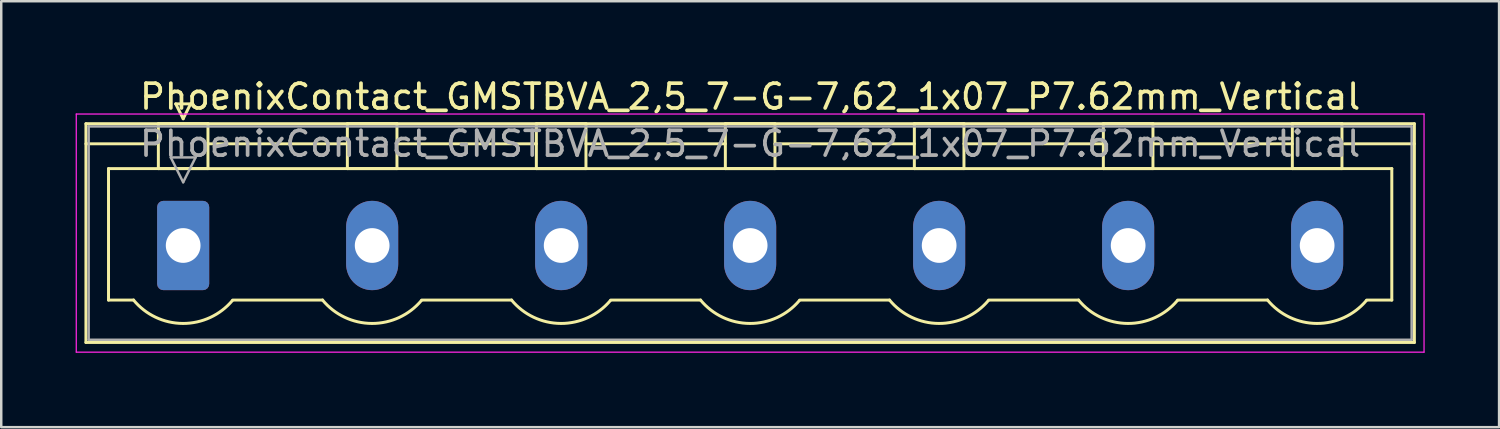
<source format=kicad_pcb>
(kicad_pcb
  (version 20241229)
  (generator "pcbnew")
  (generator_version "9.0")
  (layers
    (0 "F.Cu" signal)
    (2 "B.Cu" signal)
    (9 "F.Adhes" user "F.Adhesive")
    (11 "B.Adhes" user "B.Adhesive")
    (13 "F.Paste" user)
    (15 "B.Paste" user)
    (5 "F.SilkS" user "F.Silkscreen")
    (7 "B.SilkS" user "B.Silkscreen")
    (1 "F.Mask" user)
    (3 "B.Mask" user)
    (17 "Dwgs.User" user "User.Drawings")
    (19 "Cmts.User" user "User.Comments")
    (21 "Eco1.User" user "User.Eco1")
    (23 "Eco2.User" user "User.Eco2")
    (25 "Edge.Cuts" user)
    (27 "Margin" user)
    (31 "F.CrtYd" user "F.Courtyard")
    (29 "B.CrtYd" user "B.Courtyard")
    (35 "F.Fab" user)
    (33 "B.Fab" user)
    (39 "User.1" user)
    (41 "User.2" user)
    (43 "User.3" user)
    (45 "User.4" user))
  (footprint "PhoenixContact_GMSTBVA_2,5_7-G-7,62_1x07_P7.62mm_Vertical"
    (layer "F.Cu")
    (at 4.335 6.848)
    (property "Reference" "PhoenixContact_GMSTBVA_2,5_7-G-7,62_1x07_P7.62mm_Vertical" (at 22.86 -6 0) (layer "F.SilkS") (effects (font (size 1 1) (thickness 0.15))))
    (attr through_hole)
    (fp_line (start -3.92 -4.91) (end -3.92 3.91) (stroke (width 0.12) (type solid)) (layer "F.SilkS"))
    (fp_line (start -3.92 -4.1) (end -1.11 -4.1) (stroke (width 0.12) (type solid)) (layer "F.SilkS"))
    (fp_line (start -3.92 3.91) (end 49.64 3.91) (stroke (width 0.12) (type solid)) (layer "F.SilkS"))
    (fp_line (start -3.01 -3.1) (end 48.73 -3.1) (stroke (width 0.12) (type solid)) (layer "F.SilkS"))
    (fp_line (start -3.01 2.2) (end -3.01 -3.1) (stroke (width 0.12) (type solid)) (layer "F.SilkS"))
    (fp_line (start -2 2.2) (end -3.01 2.2) (stroke (width 0.12) (type solid)) (layer "F.SilkS"))
    (fp_line (start -1 -4.91) (end 1 -4.91) (stroke (width 0.12) (type solid)) (layer "F.SilkS"))
    (fp_line (start -1 -3.1) (end -1 -4.91) (stroke (width 0.12) (type solid)) (layer "F.SilkS"))
    (fp_line (start -0.3 -5.71) (end 0.3 -5.71) (stroke (width 0.12) (type solid)) (layer "F.SilkS"))
    (fp_line (start 0 -5.11) (end -0.3 -5.71) (stroke (width 0.12) (type solid)) (layer "F.SilkS"))
    (fp_line (start 0.3 -5.71) (end 0 -5.11) (stroke (width 0.12) (type solid)) (layer "F.SilkS"))
    (fp_line (start 1 -4.91) (end 1 -3.1) (stroke (width 0.12) (type solid)) (layer "F.SilkS"))
    (fp_line (start 1 -4.1) (end 6.62 -4.1) (stroke (width 0.12) (type solid)) (layer "F.SilkS"))
    (fp_line (start 1 -3.1) (end -1 -3.1) (stroke (width 0.12) (type solid)) (layer "F.SilkS"))
    (fp_line (start 2 2.2) (end 5.62 2.2) (stroke (width 0.12) (type solid)) (layer "F.SilkS"))
    (fp_line (start 6.62 -4.91) (end 8.62 -4.91) (stroke (width 0.12) (type solid)) (layer "F.SilkS"))
    (fp_line (start 6.62 -3.1) (end 6.62 -4.91) (stroke (width 0.12) (type solid)) (layer "F.SilkS"))
    (fp_line (start 8.62 -4.91) (end 8.62 -3.1) (stroke (width 0.12) (type solid)) (layer "F.SilkS"))
    (fp_line (start 8.62 -4.1) (end 14.24 -4.1) (stroke (width 0.12) (type solid)) (layer "F.SilkS"))
    (fp_line (start 8.62 -3.1) (end 6.62 -3.1) (stroke (width 0.12) (type solid)) (layer "F.SilkS"))
    (fp_line (start 9.62 2.2) (end 13.24 2.2) (stroke (width 0.12) (type solid)) (layer "F.SilkS"))
    (fp_line (start 14.24 -4.91) (end 16.24 -4.91) (stroke (width 0.12) (type solid)) (layer "F.SilkS"))
    (fp_line (start 14.24 -3.1) (end 14.24 -4.91) (stroke (width 0.12) (type solid)) (layer "F.SilkS"))
    (fp_line (start 16.24 -4.91) (end 16.24 -3.1) (stroke (width 0.12) (type solid)) (layer "F.SilkS"))
    (fp_line (start 16.24 -4.1) (end 21.86 -4.1) (stroke (width 0.12) (type solid)) (layer "F.SilkS"))
    (fp_line (start 16.24 -3.1) (end 14.24 -3.1) (stroke (width 0.12) (type solid)) (layer "F.SilkS"))
    (fp_line (start 17.24 2.2) (end 20.86 2.2) (stroke (width 0.12) (type solid)) (layer "F.SilkS"))
    (fp_line (start 21.86 -4.91) (end 23.86 -4.91) (stroke (width 0.12) (type solid)) (layer "F.SilkS"))
    (fp_line (start 21.86 -3.1) (end 21.86 -4.91) (stroke (width 0.12) (type solid)) (layer "F.SilkS"))
    (fp_line (start 23.86 -4.91) (end 23.86 -3.1) (stroke (width 0.12) (type solid)) (layer "F.SilkS"))
    (fp_line (start 23.86 -4.1) (end 29.48 -4.1) (stroke (width 0.12) (type solid)) (layer "F.SilkS"))
    (fp_line (start 23.86 -3.1) (end 21.86 -3.1) (stroke (width 0.12) (type solid)) (layer "F.SilkS"))
    (fp_line (start 24.86 2.2) (end 28.48 2.2) (stroke (width 0.12) (type solid)) (layer "F.SilkS"))
    (fp_line (start 29.48 -4.91) (end 31.48 -4.91) (stroke (width 0.12) (type solid)) (layer "F.SilkS"))
    (fp_line (start 29.48 -3.1) (end 29.48 -4.91) (stroke (width 0.12) (type solid)) (layer "F.SilkS"))
    (fp_line (start 31.48 -4.91) (end 31.48 -3.1) (stroke (width 0.12) (type solid)) (layer "F.SilkS"))
    (fp_line (start 31.48 -4.1) (end 37.1 -4.1) (stroke (width 0.12) (type solid)) (layer "F.SilkS"))
    (fp_line (start 31.48 -3.1) (end 29.48 -3.1) (stroke (width 0.12) (type solid)) (layer "F.SilkS"))
    (fp_line (start 32.48 2.2) (end 36.1 2.2) (stroke (width 0.12) (type solid)) (layer "F.SilkS"))
    (fp_line (start 37.1 -4.91) (end 39.1 -4.91) (stroke (width 0.12) (type solid)) (layer "F.SilkS"))
    (fp_line (start 37.1 -3.1) (end 37.1 -4.91) (stroke (width 0.12) (type solid)) (layer "F.SilkS"))
    (fp_line (start 39.1 -4.91) (end 39.1 -3.1) (stroke (width 0.12) (type solid)) (layer "F.SilkS"))
    (fp_line (start 39.1 -4.1) (end 44.72 -4.1) (stroke (width 0.12) (type solid)) (layer "F.SilkS"))
    (fp_line (start 39.1 -3.1) (end 37.1 -3.1) (stroke (width 0.12) (type solid)) (layer "F.SilkS"))
    (fp_line (start 40.1 2.2) (end 43.72 2.2) (stroke (width 0.12) (type solid)) (layer "F.SilkS"))
    (fp_line (start 44.72 -4.91) (end 46.72 -4.91) (stroke (width 0.12) (type solid)) (layer "F.SilkS"))
    (fp_line (start 44.72 -3.1) (end 44.72 -4.91) (stroke (width 0.12) (type solid)) (layer "F.SilkS"))
    (fp_line (start 46.72 -4.91) (end 46.72 -3.1) (stroke (width 0.12) (type solid)) (layer "F.SilkS"))
    (fp_line (start 46.72 -3.1) (end 44.72 -3.1) (stroke (width 0.12) (type solid)) (layer "F.SilkS"))
    (fp_line (start 48.73 -3.1) (end 48.73 2.2) (stroke (width 0.12) (type solid)) (layer "F.SilkS"))
    (fp_line (start 48.73 2.2) (end 47.72 2.2) (stroke (width 0.12) (type solid)) (layer "F.SilkS"))
    (fp_line (start 49.64 -4.91) (end -3.92 -4.91) (stroke (width 0.12) (type solid)) (layer "F.SilkS"))
    (fp_line (start 49.64 -4.1) (end 46.83 -4.1) (stroke (width 0.12) (type solid)) (layer "F.SilkS"))
    (fp_line (start 49.64 3.91) (end 49.64 -4.91) (stroke (width 0.12) (type solid)) (layer "F.SilkS"))
    (fp_arc (start 1.986842 2.215821) (mid -0.010289 3.142758) (end -2 2.2) (stroke (width 0.12) (type solid)) (layer "F.SilkS"))
    (fp_arc (start 9.606842 2.215821) (mid 7.609711 3.142758) (end 5.62 2.2) (stroke (width 0.12) (type solid)) (layer "F.SilkS"))
    (fp_arc (start 17.226842 2.215821) (mid 15.229711 3.142758) (end 13.24 2.2) (stroke (width 0.12) (type solid)) (layer "F.SilkS"))
    (fp_arc (start 24.846842 2.215821) (mid 22.849711 3.142758) (end 20.86 2.2) (stroke (width 0.12) (type solid)) (layer "F.SilkS"))
    (fp_arc (start 32.466842 2.215821) (mid 30.469711 3.142758) (end 28.48 2.2) (stroke (width 0.12) (type solid)) (layer "F.SilkS"))
    (fp_arc (start 40.086842 2.215821) (mid 38.089711 3.142758) (end 36.1 2.2) (stroke (width 0.12) (type solid)) (layer "F.SilkS"))
    (fp_arc (start 47.706842 2.215821) (mid 45.709711 3.142758) (end 43.72 2.2) (stroke (width 0.12) (type solid)) (layer "F.SilkS"))
    (fp_line (start -4.31 -5.3) (end -4.31 4.3) (stroke (width 0.05) (type solid)) (layer "F.CrtYd"))
    (fp_line (start -4.31 4.3) (end 50.03 4.3) (stroke (width 0.05) (type solid)) (layer "F.CrtYd"))
    (fp_line (start 50.03 -5.3) (end -4.31 -5.3) (stroke (width 0.05) (type solid)) (layer "F.CrtYd"))
    (fp_line (start 50.03 4.3) (end 50.03 -5.3) (stroke (width 0.05) (type solid)) (layer "F.CrtYd"))
    (fp_line (start -3.81 -4.8) (end -3.81 3.8) (stroke (width 0.1) (type solid)) (layer "F.Fab"))
    (fp_line (start -3.81 3.8) (end 49.53 3.8) (stroke (width 0.1) (type solid)) (layer "F.Fab"))
    (fp_line (start -0.5 -3.55) (end 0.5 -3.55) (stroke (width 0.1) (type solid)) (layer "F.Fab"))
    (fp_line (start 0 -2.55) (end -0.5 -3.55) (stroke (width 0.1) (type solid)) (layer "F.Fab"))
    (fp_line (start 0.5 -3.55) (end 0 -2.55) (stroke (width 0.1) (type solid)) (layer "F.Fab"))
    (fp_line (start 49.53 -4.8) (end -3.81 -4.8) (stroke (width 0.1) (type solid)) (layer "F.Fab"))
    (fp_line (start 49.53 3.8) (end 49.53 -4.8) (stroke (width 0.1) (type solid)) (layer "F.Fab"))
    (fp_text user "${REFERENCE}" (at 22.86 -4.1 0) (layer "F.Fab") (effects (font (size 1 1) (thickness 0.15))))
    (pad "1" thru_hole roundrect (at 0 0) (size 2.1 3.6) (drill 1.4) (layers "*.Cu" "*.Mask") (roundrect_rratio 0.119))
    (pad "2" thru_hole oval (at 7.62 0) (size 2.1 3.6) (drill 1.4) (layers "*.Cu" "*.Mask"))
    (pad "3" thru_hole oval (at 15.24 0) (size 2.1 3.6) (drill 1.4) (layers "*.Cu" "*.Mask"))
    (pad "4" thru_hole oval (at 22.86 0) (size 2.1 3.6) (drill 1.4) (layers "*.Cu" "*.Mask"))
    (pad "5" thru_hole oval (at 30.48 0) (size 2.1 3.6) (drill 1.4) (layers "*.Cu" "*.Mask"))
    (pad "6" thru_hole oval (at 38.1 0) (size 2.1 3.6) (drill 1.4) (layers "*.Cu" "*.Mask"))
    (pad "7" thru_hole oval (at 45.72 0) (size 2.1 3.6) (drill 1.4) (layers "*.Cu" "*.Mask")))
  (gr_rect
    (start -3 -3)
    (end 57.39 14.173)
    (stroke (width 0.1) (type default))
    (fill no)
    (layer "Edge.Cuts")))
</source>
